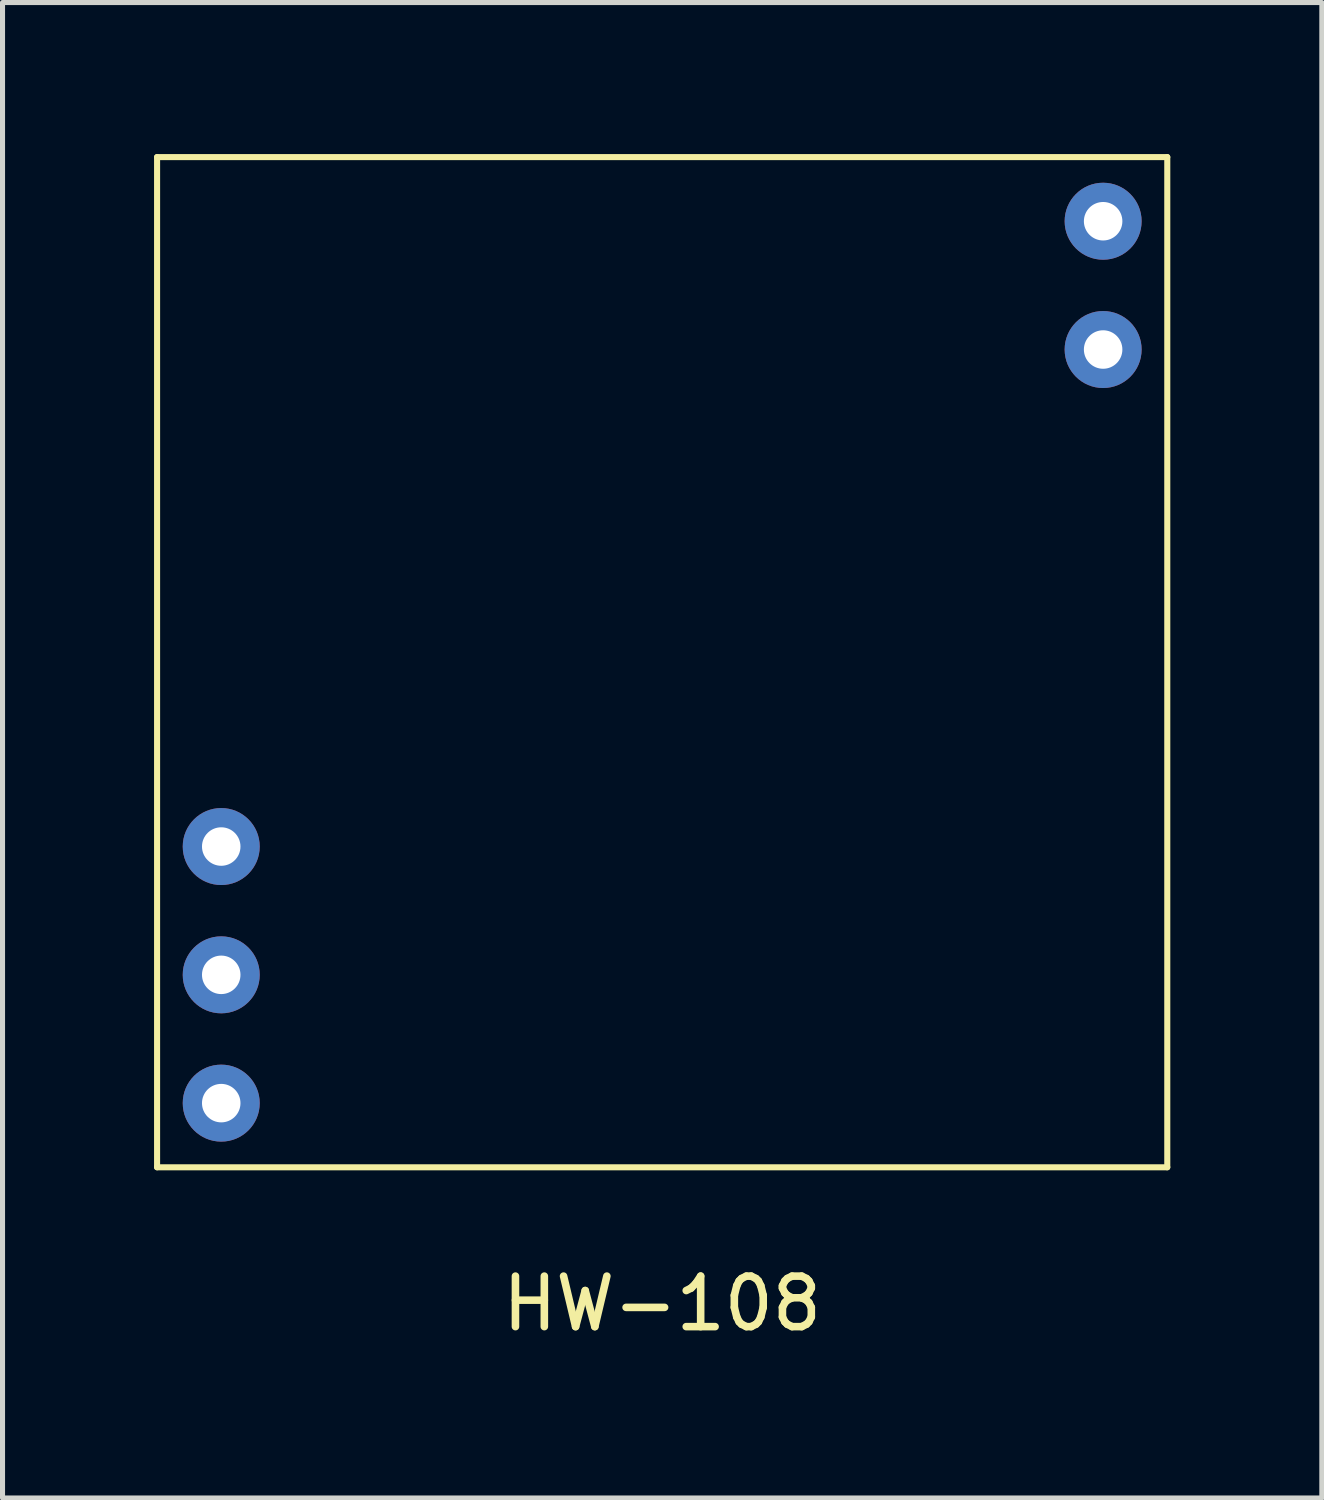
<source format=kicad_pcb>
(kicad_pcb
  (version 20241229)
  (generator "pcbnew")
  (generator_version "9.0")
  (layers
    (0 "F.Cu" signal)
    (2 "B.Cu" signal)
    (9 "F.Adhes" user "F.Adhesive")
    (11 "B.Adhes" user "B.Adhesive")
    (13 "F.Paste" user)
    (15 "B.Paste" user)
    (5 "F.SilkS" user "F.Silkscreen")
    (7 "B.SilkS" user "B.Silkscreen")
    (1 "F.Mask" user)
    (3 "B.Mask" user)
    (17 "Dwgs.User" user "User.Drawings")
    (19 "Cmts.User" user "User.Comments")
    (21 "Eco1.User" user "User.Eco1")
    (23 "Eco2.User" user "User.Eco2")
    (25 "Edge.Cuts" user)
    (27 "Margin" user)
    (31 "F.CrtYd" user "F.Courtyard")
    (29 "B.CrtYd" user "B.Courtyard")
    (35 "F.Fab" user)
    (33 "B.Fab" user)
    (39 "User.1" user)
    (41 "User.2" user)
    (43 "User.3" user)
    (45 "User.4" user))
  (footprint "HW-108"
    (layer "F.Cu")
    (at 10.06 10.06)
    (property "Reference" "HW-108" (at 0 12.7 0) (layer "F.SilkS") (effects (font (size 1 1) (thickness 0.15))))
    (attr through_hole)
    (fp_line (start -10 -10) (end -10 10) (stroke (width 0.12) (type solid)) (layer "F.SilkS"))
    (fp_line (start -10 -10) (end 10 -10) (stroke (width 0.12) (type solid)) (layer "F.SilkS"))
    (fp_line (start -10 10) (end 10 10) (stroke (width 0.12) (type solid)) (layer "F.SilkS"))
    (fp_line (start 10 10) (end 10 -10) (stroke (width 0.12) (type solid)) (layer "F.SilkS"))
    (pad "1" thru_hole circle (at -8.73 8.73) (size 1.524 1.524) (drill 0.762) (layers "*.Cu" "*.Mask"))
    (pad "2" thru_hole circle (at -8.73 6.19) (size 1.524 1.524) (drill 0.762) (layers "*.Cu" "*.Mask"))
    (pad "3" thru_hole circle (at -8.73 3.65) (size 1.524 1.524) (drill 0.762) (layers "*.Cu" "*.Mask"))
    (pad "4" thru_hole circle (at 8.73 -8.73) (size 1.524 1.524) (drill 0.762) (layers "*.Cu" "*.Mask"))
    (pad "5" thru_hole circle (at 8.73 -6.19) (size 1.524 1.524) (drill 0.762) (layers "*.Cu" "*.Mask")))
  (gr_rect
    (start -3 -3)
    (end 23.12 26.608)
    (stroke (width 0.1) (type default))
    (fill no)
    (layer "Edge.Cuts")))
</source>
